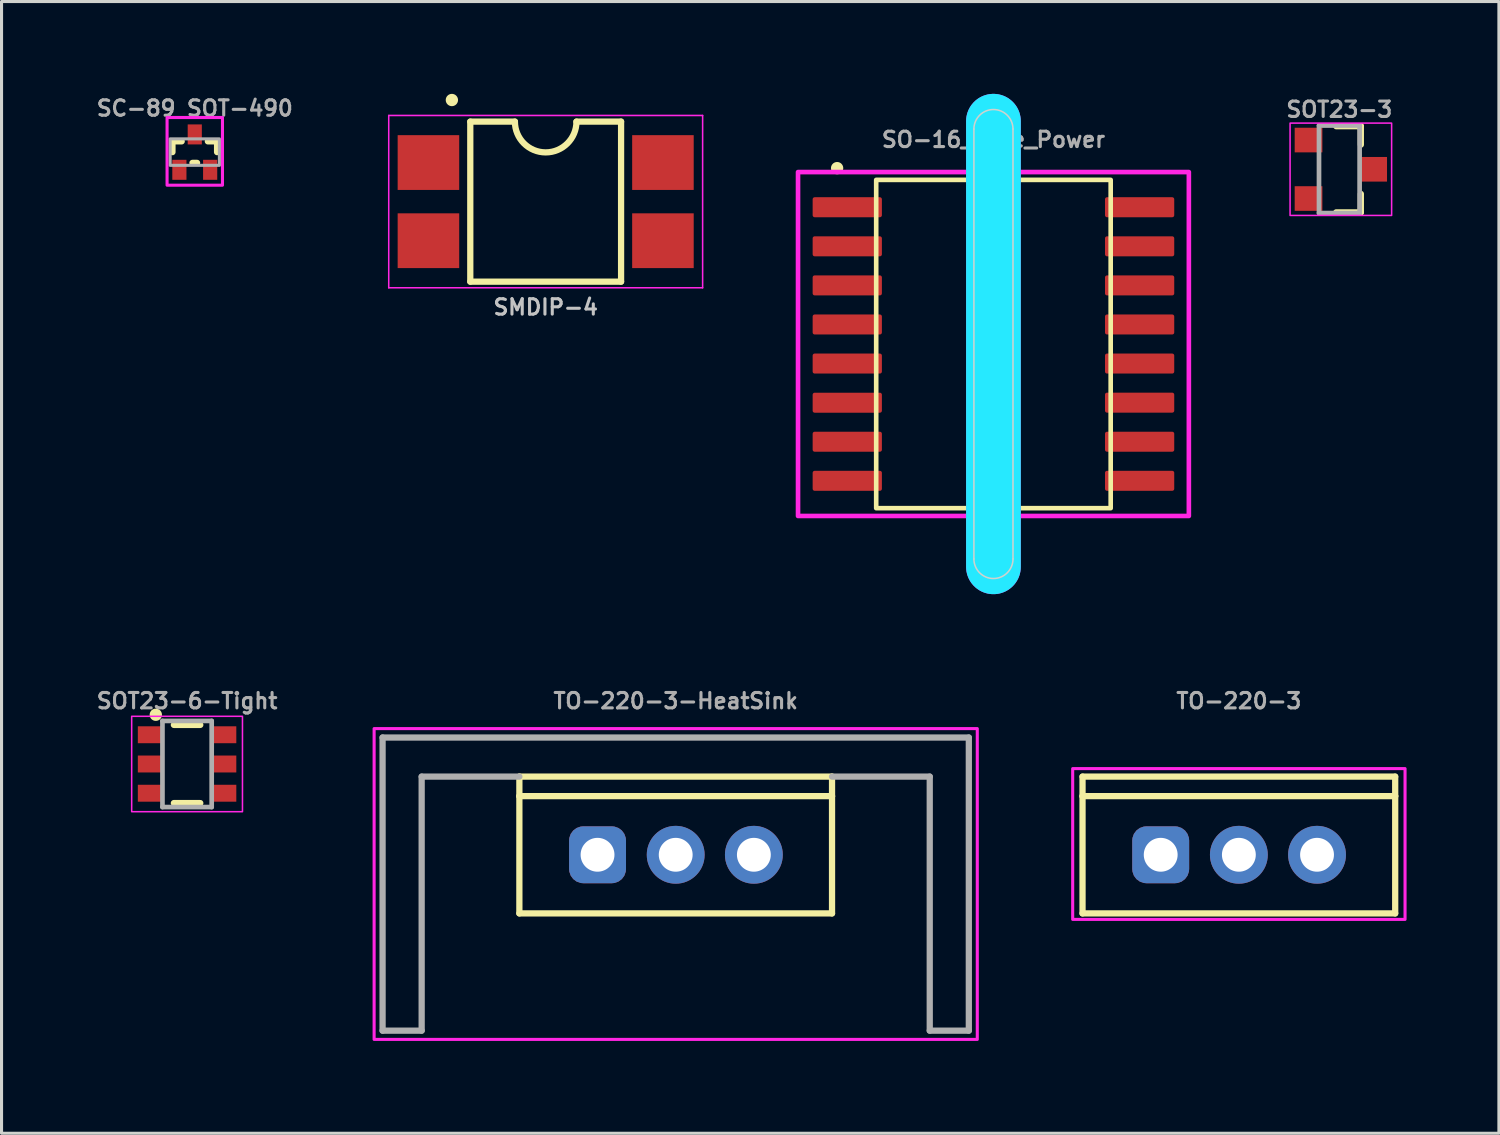
<source format=kicad_pcb>
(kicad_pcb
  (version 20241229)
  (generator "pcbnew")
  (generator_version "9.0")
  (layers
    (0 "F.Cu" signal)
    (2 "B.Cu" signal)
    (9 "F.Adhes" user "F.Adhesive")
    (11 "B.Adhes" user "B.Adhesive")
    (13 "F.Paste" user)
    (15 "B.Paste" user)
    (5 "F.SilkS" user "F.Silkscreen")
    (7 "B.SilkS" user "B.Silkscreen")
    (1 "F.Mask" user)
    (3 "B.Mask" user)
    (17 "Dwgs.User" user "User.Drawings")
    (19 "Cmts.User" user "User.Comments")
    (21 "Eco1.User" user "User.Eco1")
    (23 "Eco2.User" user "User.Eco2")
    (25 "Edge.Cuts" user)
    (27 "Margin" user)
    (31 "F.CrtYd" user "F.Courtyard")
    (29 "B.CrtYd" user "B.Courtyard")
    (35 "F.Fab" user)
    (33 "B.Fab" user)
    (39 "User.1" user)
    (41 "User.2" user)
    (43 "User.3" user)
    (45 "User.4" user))
  (footprint "TO-220-3"
    (layer "F.Cu")
    (at 37.207 24.726)
    (property "Reference" "TO-220-3" (at 0 -5 0) (layer "F.Fab") (effects (font (size 0.5 0.5) (thickness 0.1))))
    (attr through_hole)
    (fp_line (start -5.08 -2.54) (end 5.08 -2.54) (stroke (width 0.203) (type solid)) (layer "F.SilkS"))
    (fp_line (start -5.08 -1.905) (end -5.08 -2.54) (stroke (width 0.203) (type solid)) (layer "F.SilkS"))
    (fp_line (start -5.08 1.905) (end -5.08 -1.905) (stroke (width 0.203) (type solid)) (layer "F.SilkS"))
    (fp_line (start 5.08 -2.54) (end 5.08 -1.905) (stroke (width 0.203) (type solid)) (layer "F.SilkS"))
    (fp_line (start 5.08 -1.905) (end -5.08 -1.905) (stroke (width 0.203) (type solid)) (layer "F.SilkS"))
    (fp_line (start 5.08 -1.905) (end 5.08 1.905) (stroke (width 0.203) (type solid)) (layer "F.SilkS"))
    (fp_line (start 5.08 1.905) (end -5.08 1.905) (stroke (width 0.203) (type solid)) (layer "F.SilkS"))
    (fp_rect (start 5.4 -2.8) (end -5.4 2.1) (stroke (width 0.1) (type default)) (fill no) (layer "F.CrtYd"))
    (pad "1" thru_hole roundrect (at -2.54 0) (size 1.85 1.85) (drill 1.1) (layers "*.Cu" "*.Mask") (roundrect_rratio 0.25))
    (pad "2" thru_hole circle (at 0 0) (size 1.88 1.88) (drill 1.1) (layers "*.Cu" "*.Mask"))
    (pad "3" thru_hole circle (at 2.54 0) (size 1.88 1.88) (drill 1.1) (layers "*.Cu" "*.Mask")))
  (footprint "SMDIP-4"
    (layer "F.Cu")
    (at 14.682 3.502)
    (property "Reference" "SMDIP-4" (at 0 3.429 0) (layer "Dwgs.User") (effects (font (size 0.5 0.5) (thickness 0.1) (bold yes))))
    (attr smd)
    (fp_line (start -2.45 -2.6) (end -2.45 2.6) (stroke (width 0.203) (type solid)) (layer "F.SilkS"))
    (fp_line (start -2.45 2.6) (end 2.45 2.6) (stroke (width 0.203) (type solid)) (layer "F.SilkS"))
    (fp_line (start -1 -2.6) (end -2.45 -2.6) (stroke (width 0.203) (type solid)) (layer "F.SilkS"))
    (fp_line (start 2.45 -2.6) (end 1 -2.6) (stroke (width 0.203) (type solid)) (layer "F.SilkS"))
    (fp_line (start 2.45 2.6) (end 2.45 -2.6) (stroke (width 0.203) (type solid)) (layer "F.SilkS"))
    (fp_arc (start 1 -2.6) (mid 0 -1.6) (end -1 -2.6) (stroke (width 0.2032) (type solid)) (layer "F.SilkS"))
    (fp_circle (center -3.048 -3.302) (end -3.048 -3.202) (stroke (width 0.2) (type solid)) (fill yes) (layer "F.SilkS"))
    (fp_line (start -5.1 -2.8) (end -5.1 2.8) (stroke (width 0.05) (type solid)) (layer "F.CrtYd"))
    (fp_line (start -5.1 2.8) (end 5.1 2.8) (stroke (width 0.05) (type solid)) (layer "F.CrtYd"))
    (fp_line (start 5.1 -2.8) (end -5.1 -2.8) (stroke (width 0.05) (type solid)) (layer "F.CrtYd"))
    (fp_line (start 5.1 2.8) (end 5.1 -2.8) (stroke (width 0.05) (type solid)) (layer "F.CrtYd"))
    (pad "1" smd rect (at -3.81 -1.27) (size 2 1.78) (layers "F.Cu" "F.Mask" "F.Paste"))
    (pad "2" smd rect (at -3.81 1.27) (size 2 1.78) (layers "F.Cu" "F.Mask" "F.Paste"))
    (pad "3" smd rect (at 3.81 1.27) (size 2 1.78) (layers "F.Cu" "F.Mask" "F.Paste"))
    (pad "4" smd rect (at 3.81 -1.27) (size 2 1.78) (layers "F.Cu" "F.Mask" "F.Paste")))
  (footprint "SO-16_Wide_Power"
    (layer "F.Cu")
    (at 29.232 8.129)
    (property "Reference" "SO-16_Wide_Power" (at 0 -6.35 0) (layer "F.Fab") (effects (font (size 0.5 0.5) (thickness 0.1)) (justify bottom)))
    (attr smd)
    (fp_line (start 0 -7.24) (end 0 7.24) (stroke (width 1.778) (type default)) (layer "F.Mask"))
    (fp_line (start 0 -7.24) (end 0 7.24) (stroke (width 1.778) (type default)) (layer "B.Mask"))
    (fp_rect (start -3.81 -5.334) (end 3.81 5.334) (stroke (width 0.15) (type default)) (fill no) (layer "F.SilkS"))
    (fp_circle (center -5.08 -5.715) (end -5.08 -5.615) (stroke (width 0.2) (type solid)) (fill yes) (layer "F.SilkS"))
    (fp_line (start -0.635 6.985) (end -0.635 -6.985) (stroke (width 0.05) (type default)) (layer "Edge.Cuts"))
    (fp_line (start 0.635 -6.985) (end 0.635 6.985) (stroke (width 0.05) (type default)) (layer "Edge.Cuts"))
    (fp_arc (start -0.635 -6.985) (mid 0 -7.62) (end 0.635 -6.985) (stroke (width 0.05) (type default)) (layer "Edge.Cuts"))
    (fp_arc (start 0.635 6.985) (mid 0 7.62) (end -0.635 6.985) (stroke (width 0.05) (type default)) (layer "Edge.Cuts"))
    (fp_line (start 0 -7.24) (end 0 7.24) (stroke (width 1.778) (type default)) (layer "B.CrtYd"))
    (fp_line (start 0 -7.24) (end 0 7.24) (stroke (width 1.778) (type default)) (layer "F.CrtYd"))
    (fp_rect (start -6.35 -5.588) (end 6.35 5.588) (stroke (width 0.15) (type default)) (fill no) (layer "F.CrtYd"))
    (fp_rect (start -3.75 -5.105) (end 3.75 5.105) (stroke (width 0.15) (type default)) (fill no) (layer "User.1"))
    (pad "1" smd roundrect (at -4.75 -4.445 270) (size 0.65 2.25) (layers "F.Cu" "F.Mask" "F.Paste") (roundrect_rratio 0.1))
    (pad "2" smd roundrect (at -4.75 -3.175 270) (size 0.65 2.25) (layers "F.Cu" "F.Mask" "F.Paste") (roundrect_rratio 0.1))
    (pad "3" smd roundrect (at -4.75 -1.905 270) (size 0.65 2.25) (layers "F.Cu" "F.Mask" "F.Paste") (roundrect_rratio 0.1))
    (pad "4" smd roundrect (at -4.75 -0.635 270) (size 0.65 2.25) (layers "F.Cu" "F.Mask" "F.Paste") (roundrect_rratio 0.1))
    (pad "5" smd roundrect (at -4.75 0.635 270) (size 0.65 2.25) (layers "F.Cu" "F.Mask" "F.Paste") (roundrect_rratio 0.1))
    (pad "6" smd roundrect (at -4.75 1.907 270) (size 0.65 2.25) (layers "F.Cu" "F.Mask" "F.Paste") (roundrect_rratio 0.1))
    (pad "7" smd roundrect (at -4.75 3.175 270) (size 0.65 2.25) (layers "F.Cu" "F.Mask" "F.Paste") (roundrect_rratio 0.1))
    (pad "8" smd roundrect (at -4.75 4.445 270) (size 0.65 2.25) (layers "F.Cu" "F.Mask" "F.Paste") (roundrect_rratio 0.1))
    (pad "9" smd roundrect (at 4.75 4.445 270) (size 0.65 2.25) (layers "F.Cu" "F.Mask" "F.Paste") (roundrect_rratio 0.1))
    (pad "10" smd roundrect (at 4.75 3.175 270) (size 0.65 2.25) (layers "F.Cu" "F.Mask" "F.Paste") (roundrect_rratio 0.1))
    (pad "11" smd roundrect (at 4.75 1.905 270) (size 0.65 2.25) (layers "F.Cu" "F.Mask" "F.Paste") (roundrect_rratio 0.1))
    (pad "12" smd roundrect (at 4.75 0.635 270) (size 0.65 2.25) (layers "F.Cu" "F.Mask" "F.Paste") (roundrect_rratio 0.1))
    (pad "13" smd roundrect (at 4.75 -0.635 270) (size 0.65 2.25) (layers "F.Cu" "F.Mask" "F.Paste") (roundrect_rratio 0.1))
    (pad "14" smd roundrect (at 4.75 -1.905 270) (size 0.65 2.25) (layers "F.Cu" "F.Mask" "F.Paste") (roundrect_rratio 0.1))
    (pad "15" smd roundrect (at 4.75 -3.175 270) (size 0.65 2.25) (layers "F.Cu" "F.Mask" "F.Paste") (roundrect_rratio 0.1))
    (pad "16" smd roundrect (at 4.75 -4.445 270) (size 0.65 2.25) (layers "F.Cu" "F.Mask" "F.Paste") (roundrect_rratio 0.1)))
  (footprint "SOT23-6-Tight"
    (layer "F.Cu")
    (at 3.029 21.776)
    (property "Reference" "SOT23-6-Tight" (at 0 -2.05 0) (layer "F.Fab") (effects (font (size 0.5 0.5) (thickness 0.1) (bold yes))))
    (attr smd)
    (fp_line (start -0.429 -1.27) (end 0.429 -1.27) (stroke (width 0.203) (type solid)) (layer "F.SilkS"))
    (fp_line (start 0.429 1.27) (end -0.429 1.27) (stroke (width 0.203) (type solid)) (layer "F.SilkS"))
    (fp_circle (center -1.016 -1.6) (end -1.016 -1.5) (stroke (width 0.2) (type solid)) (fill yes) (layer "F.SilkS"))
    (fp_rect (start 1.8 -1.55) (end -1.8 1.55) (stroke (width 0.05) (type default)) (fill no) (layer "F.CrtYd"))
    (fp_line (start -0.8 1.4) (end -0.8 -1.4) (stroke (width 0.152) (type solid)) (layer "F.Fab"))
    (fp_line (start 0.8 -1.4) (end -0.8 -1.4) (stroke (width 0.152) (type solid)) (layer "F.Fab"))
    (fp_line (start 0.8 -1.4) (end 0.8 1.4) (stroke (width 0.152) (type solid)) (layer "F.Fab"))
    (fp_line (start 0.8 1.4) (end -0.8 1.4) (stroke (width 0.152) (type solid)) (layer "F.Fab"))
    (pad "1" smd rect (at -1.2 -0.95 270) (size 0.55 0.8) (layers "F.Cu" "F.Mask" "F.Paste"))
    (pad "2" smd rect (at -1.2 0 270) (size 0.55 0.8) (layers "F.Cu" "F.Mask" "F.Paste"))
    (pad "3" smd rect (at -1.2 0.95 270) (size 0.55 0.8) (layers "F.Cu" "F.Mask" "F.Paste"))
    (pad "4" smd rect (at 1.2 0.95 270) (size 0.55 0.8) (layers "F.Cu" "F.Mask" "F.Paste"))
    (pad "5" smd rect (at 1.2 0 90) (size 0.55 0.8) (layers "F.Cu" "F.Mask" "F.Paste"))
    (pad "6" smd rect (at 1.2 -0.95 270) (size 0.55 0.8) (layers "F.Cu" "F.Mask" "F.Paste")))
  (footprint "SC-89 SOT-490"
    (layer "F.Cu")
    (at 3.279 1.368)
    (property "Reference" "SC-89 SOT-490" (at 0 -0.9 0) (layer "F.Fab") (effects (font (size 0.5 0.5) (thickness 0.1))))
    (attr smd)
    (fp_line (start -0.725 0.175) (end -0.425 0.175) (stroke (width 0.203) (type solid)) (layer "F.SilkS"))
    (fp_line (start -0.725 0.525) (end -0.725 0.175) (stroke (width 0.203) (type solid)) (layer "F.SilkS"))
    (fp_line (start -0.075 0.875) (end 0.075 0.875) (stroke (width 0.203) (type solid)) (layer "F.SilkS"))
    (fp_line (start 0.425 0.175) (end 0.725 0.175) (stroke (width 0.203) (type solid)) (layer "F.SilkS"))
    (fp_line (start 0.725 0.175) (end 0.725 0.525) (stroke (width 0.203) (type solid)) (layer "F.SilkS"))
    (fp_rect (start -0.9 -0.6) (end 0.9 1.6) (stroke (width 0.1) (type default)) (fill no) (layer "F.CrtYd"))
    (fp_poly (pts (xy -0.8 0.955) (xy 0.8 0.955) (xy 0.8 0.095) (xy -0.8 0.095)) (stroke (width 0.1) (type default)) (fill no) (layer "F.Fab"))
    (pad "1" smd rect (at -0.5 1.1) (size 0.46 0.65) (layers "F.Cu" "F.Mask" "F.Paste"))
    (pad "2" smd rect (at 0.5 1.1) (size 0.46 0.65) (layers "F.Cu" "F.Mask" "F.Paste"))
    (pad "3" smd rect (at 0 -0.05) (size 0.46 0.65) (layers "F.Cu" "F.Mask" "F.Paste")))
  (footprint "SOT23-3"
    (layer "F.Cu")
    (at 40.471 2.451)
    (property "Reference" "SOT23-3" (at 0 -1.651 0) (layer "F.Fab") (effects (font (size 0.5 0.5) (thickness 0.1) (bold yes)) (justify bottom)))
    (attr smd)
    (fp_line (start 0.7 -1.4) (end -0.1 -1.4) (stroke (width 0.203) (type solid)) (layer "F.SilkS"))
    (fp_line (start 0.7 -0.8) (end 0.7 -1.4) (stroke (width 0.203) (type solid)) (layer "F.SilkS"))
    (fp_line (start 0.7 0.8) (end 0.7 1.4) (stroke (width 0.203) (type solid)) (layer "F.SilkS"))
    (fp_line (start 0.7 1.4) (end -0.1 1.4) (stroke (width 0.203) (type solid)) (layer "F.SilkS"))
    (fp_rect (start 1.7 -1.5) (end -1.6 1.5) (stroke (width 0.05) (type default)) (fill no) (layer "F.CrtYd"))
    (fp_line (start -0.66 -1.422) (end 0.66 -1.422) (stroke (width 0.152) (type solid)) (layer "F.Fab"))
    (fp_line (start -0.66 1.422) (end -0.66 -1.422) (stroke (width 0.152) (type solid)) (layer "F.Fab"))
    (fp_line (start 0.66 -1.422) (end 0.66 1.422) (stroke (width 0.152) (type solid)) (layer "F.Fab"))
    (fp_line (start 0.66 1.422) (end -0.66 1.422) (stroke (width 0.152) (type solid)) (layer "F.Fab"))
    (pad "1" smd rect (at -1 -0.95 270) (size 0.8 0.9) (layers "F.Cu" "F.Mask" "F.Paste"))
    (pad "2" smd rect (at -1 0.95 270) (size 0.8 0.9) (layers "F.Cu" "F.Mask" "F.Paste"))
    (pad "3" smd rect (at 1.1 0 270) (size 0.8 0.9) (layers "F.Cu" "F.Mask" "F.Paste")))
  (footprint "TO-220-3-HeatSink"
    (layer "F.Cu")
    (at 18.907 24.726)
    (property "Reference" "TO-220-3-HeatSink" (at 0 -5 0) (layer "F.Fab") (effects (font (size 0.5 0.5) (thickness 0.1))))
    (attr through_hole)
    (fp_line (start -5.08 -2.54) (end 5.08 -2.54) (stroke (width 0.203) (type solid)) (layer "F.SilkS"))
    (fp_line (start -5.08 -1.905) (end -5.08 -2.54) (stroke (width 0.203) (type solid)) (layer "F.SilkS"))
    (fp_line (start -5.08 1.905) (end -5.08 -1.905) (stroke (width 0.203) (type solid)) (layer "F.SilkS"))
    (fp_line (start 5.08 -2.54) (end 5.08 -1.905) (stroke (width 0.203) (type solid)) (layer "F.SilkS"))
    (fp_line (start 5.08 -1.905) (end -5.08 -1.905) (stroke (width 0.203) (type solid)) (layer "F.SilkS"))
    (fp_line (start 5.08 -1.905) (end 5.08 1.905) (stroke (width 0.203) (type solid)) (layer "F.SilkS"))
    (fp_line (start 5.08 1.905) (end -5.08 1.905) (stroke (width 0.203) (type solid)) (layer "F.SilkS"))
    (fp_rect (start 9.8 -4.1) (end -9.8 6) (stroke (width 0.1) (type default)) (fill no) (layer "F.CrtYd"))
    (fp_line (start -9.525 -3.81) (end -9.525 5.715) (stroke (width 0.203) (type solid)) (layer "F.Fab"))
    (fp_line (start -9.525 5.715) (end -8.255 5.715) (stroke (width 0.203) (type solid)) (layer "F.Fab"))
    (fp_line (start -8.255 -2.54) (end -5.08 -2.54) (stroke (width 0.203) (type solid)) (layer "F.Fab"))
    (fp_line (start -8.255 5.715) (end -8.255 -2.54) (stroke (width 0.203) (type solid)) (layer "F.Fab"))
    (fp_line (start 5.08 -2.54) (end 8.255 -2.54) (stroke (width 0.203) (type solid)) (layer "F.Fab"))
    (fp_line (start 8.255 -2.54) (end 8.255 5.715) (stroke (width 0.203) (type solid)) (layer "F.Fab"))
    (fp_line (start 8.255 5.715) (end 9.525 5.715) (stroke (width 0.203) (type solid)) (layer "F.Fab"))
    (fp_line (start 9.525 -3.81) (end -9.525 -3.81) (stroke (width 0.203) (type solid)) (layer "F.Fab"))
    (fp_line (start 9.525 5.715) (end 9.525 -3.81) (stroke (width 0.203) (type solid)) (layer "F.Fab"))
    (pad "1" thru_hole roundrect (at -2.54 0) (size 1.85 1.85) (drill 1.1) (layers "*.Cu" "*.Mask") (roundrect_rratio 0.25))
    (pad "2" thru_hole circle (at 0 0) (size 1.88 1.88) (drill 1.1) (layers "*.Cu" "*.Mask"))
    (pad "3" thru_hole circle (at 2.54 0) (size 1.88 1.88) (drill 1.1) (layers "*.Cu" "*.Mask")))
  (gr_rect
    (start -3 -3)
    (end 45.657 33.776)
    (stroke (width 0.1) (type default))
    (fill no)
    (layer "Edge.Cuts")))
</source>
